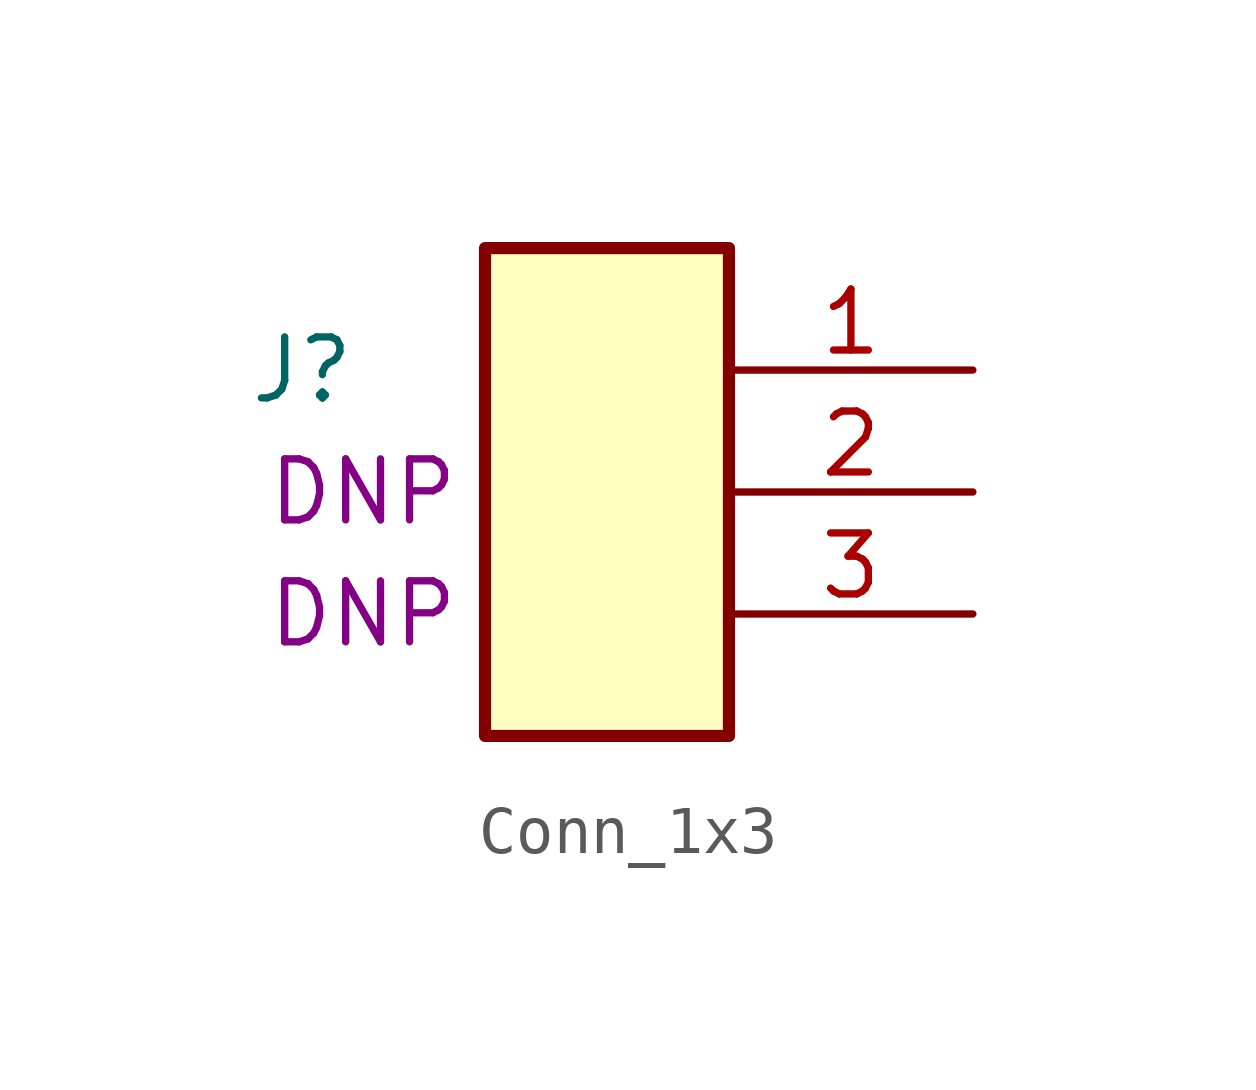
<source format=kicad_sym>
(kicad_symbol_lib
  (version 20211014)
  (generator kicad_symbol_editor)
  (symbol "Conn_1x3"
    (property "Reference" "J"
      (at -6.35 2.54 0)
      (effects (font (size 1.27 1.27))))
    (property "MPN" "DNP"
      (at -5.08 -2.54 0)
      (effects (font (size 1.27 1.27))))
    (property "MV PN" "DNP"
      (at -5.08 0 0)
      (effects (font (size 1.27 1.27))))
    (symbol "Conn_1x3_0_1"
      (rectangle (start -2.54 5.08) (end 2.54 -5.08) (stroke (width 0.254) (type default) (color 0 0 0 0)) (fill (type background))))
    (symbol "Conn_1x3_1_1"
      (pin bidirectional line (at 7.62 2.54 180) (length 5.08) (name "~" (effects (font (size 1.27 1.27)))) (number "1" (effects (font (size 1.27 1.27)))))
      (pin bidirectional line (at 7.62 0 180) (length 5.08) (name "~" (effects (font (size 1.27 1.27)))) (number "2" (effects (font (size 1.27 1.27)))))
      (pin bidirectional line (at 7.62 -2.54 180) (length 5.08) (name "~" (effects (font (size 1.27 1.27)))) (number "3" (effects (font (size 1.27 1.27))))))))
</source>
